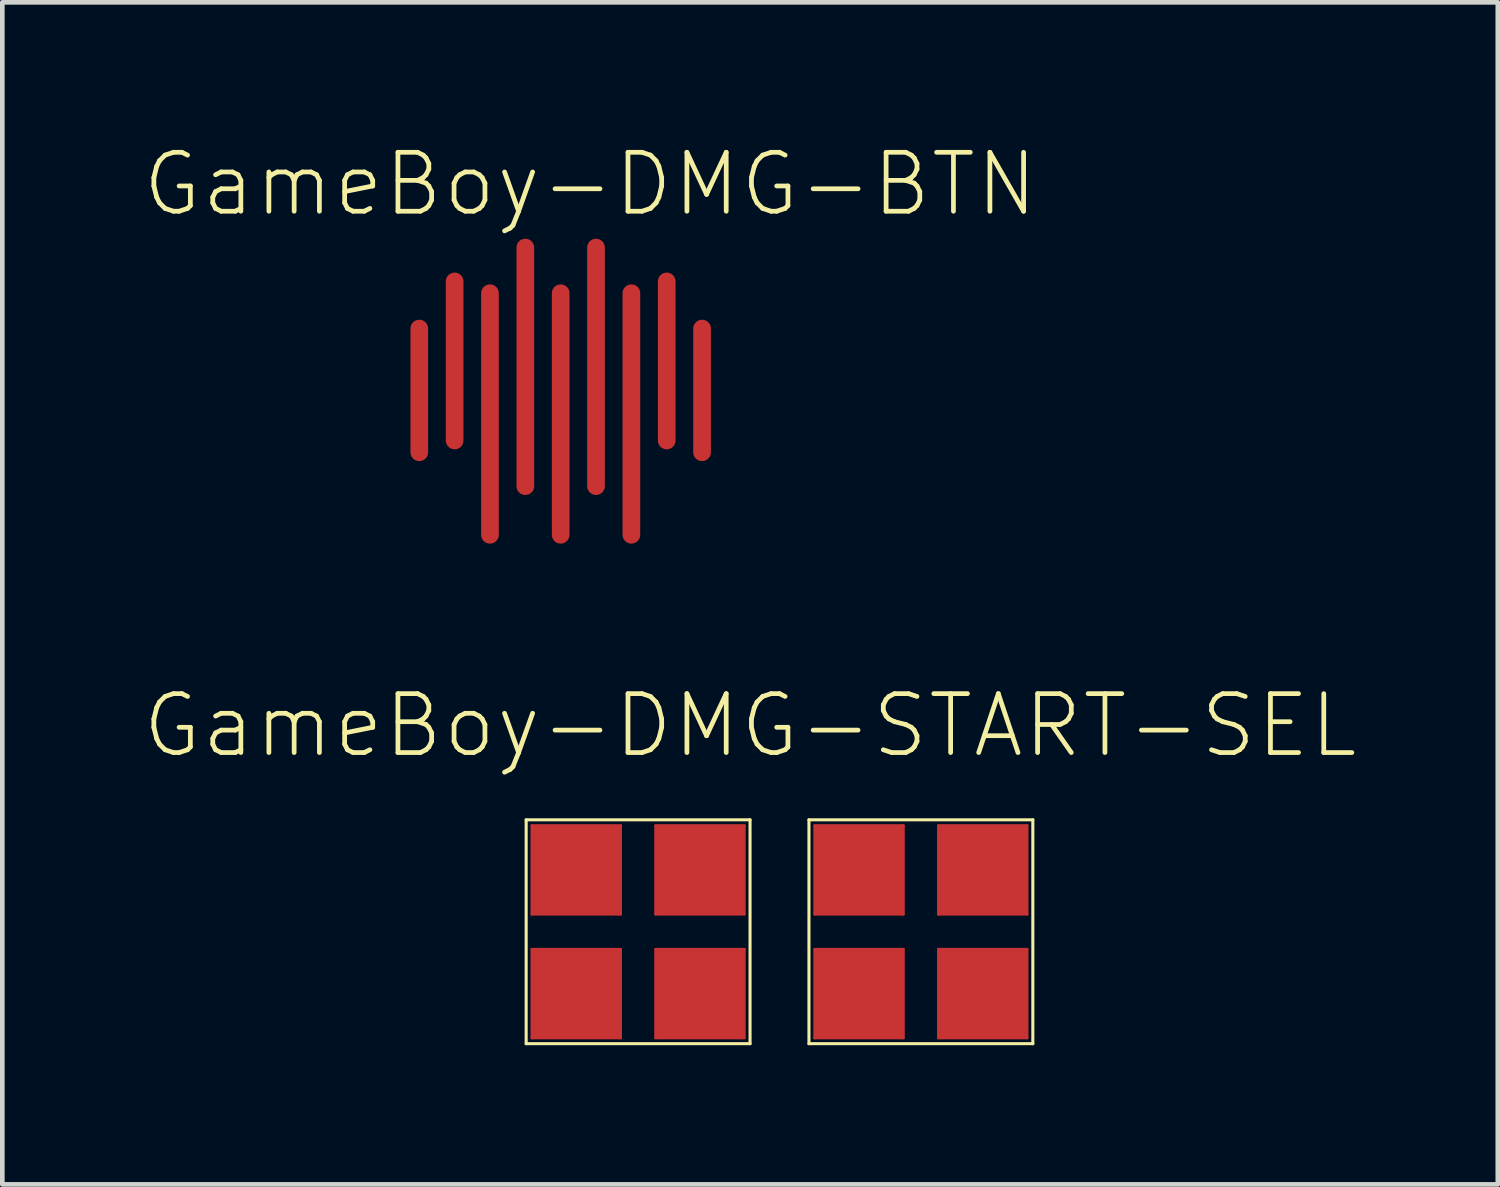
<source format=kicad_pcb>
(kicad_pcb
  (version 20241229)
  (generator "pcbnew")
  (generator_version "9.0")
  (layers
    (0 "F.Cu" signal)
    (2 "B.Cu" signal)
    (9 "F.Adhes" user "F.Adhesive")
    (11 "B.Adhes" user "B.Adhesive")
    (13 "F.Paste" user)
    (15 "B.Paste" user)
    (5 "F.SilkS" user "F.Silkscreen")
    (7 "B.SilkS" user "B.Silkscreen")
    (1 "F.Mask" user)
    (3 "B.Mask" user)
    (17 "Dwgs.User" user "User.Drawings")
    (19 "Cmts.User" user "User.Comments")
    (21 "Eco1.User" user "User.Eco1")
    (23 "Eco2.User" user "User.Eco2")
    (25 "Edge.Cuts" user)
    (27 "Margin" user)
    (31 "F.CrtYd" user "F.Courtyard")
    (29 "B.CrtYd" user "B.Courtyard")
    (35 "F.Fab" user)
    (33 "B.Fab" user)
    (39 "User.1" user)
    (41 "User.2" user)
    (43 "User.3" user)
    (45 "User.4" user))
  (footprint "GameBoy-DMG-BTN"
    (layer "F.Cu")
    (at 9.036 5.366)
    (property "Reference" "GameBoy-DMG-BTN" (at 0.635 -4.445 0) (layer "F.SilkS") (effects (font (size 1.27 1.27) (thickness 0.102))))
    (attr smd)
    (pad "1" connect oval (at -3.048 1.27) (size 0.381 3.048) (drill (offset 0 -1.27)) (layers "F.Cu" "F.Mask"))
    (pad "1" connect oval (at -1.524 3.048) (size 0.381 5.588) (drill (offset 0 -2.54)) (layers "F.Cu" "F.Mask"))
    (pad "1" connect oval (at 0 3.048) (size 0.381 5.588) (drill (offset 0 -2.54)) (layers "F.Cu" "F.Mask"))
    (pad "1" connect oval (at 1.524 3.048) (size 0.381 5.588) (drill (offset 0 -2.54)) (layers "F.Cu" "F.Mask"))
    (pad "1" connect oval (at 3.048 1.27) (size 0.381 3.048) (drill (offset 0 -1.27)) (layers "F.Cu" "F.Mask"))
    (pad "2" connect oval (at -2.286 -2.286) (size 0.381 3.81) (drill (offset 0 1.651)) (layers "F.Cu" "F.Mask"))
    (pad "2" connect oval (at -0.762 -3.048) (size 0.381 5.524) (drill (offset 0 2.54)) (layers "F.Cu" "F.Mask"))
    (pad "2" connect oval (at 0.762 -3.048) (size 0.381 5.524) (drill (offset 0 2.54)) (layers "F.Cu" "F.Mask"))
    (pad "2" connect oval (at 2.286 -2.286) (size 0.381 3.81) (drill (offset 0 1.651)) (layers "F.Cu" "F.Mask")))
  (footprint "GameBoy-DMG-START-SEL"
    (layer "F.Cu")
    (at 13.753 17.035)
    (property "Reference" "GameBoy-DMG-START-SEL" (at -0.635 -4.445 0) (layer "F.SilkS") (effects (font (size 1.27 1.27) (thickness 0.102))))
    (attr smd)
    (fp_line (start -5.334 -2.286) (end -3.429 -2.286) (stroke (width 0.066) (type solid)) (layer "F.Cu"))
    (fp_line (start -5.334 -0.381) (end -5.334 -2.286) (stroke (width 0.066) (type solid)) (layer "F.Cu"))
    (fp_line (start -5.334 -0.381) (end -3.429 -0.381) (stroke (width 0.066) (type solid)) (layer "F.Cu"))
    (fp_line (start -5.334 0.381) (end -3.429 0.381) (stroke (width 0.066) (type solid)) (layer "F.Cu"))
    (fp_line (start -5.334 2.286) (end -5.334 0.381) (stroke (width 0.066) (type solid)) (layer "F.Cu"))
    (fp_line (start -5.334 2.286) (end -3.429 2.286) (stroke (width 0.066) (type solid)) (layer "F.Cu"))
    (fp_line (start -3.429 -0.381) (end -3.429 -2.286) (stroke (width 0.066) (type solid)) (layer "F.Cu"))
    (fp_line (start -3.429 2.286) (end -3.429 0.381) (stroke (width 0.066) (type solid)) (layer "F.Cu"))
    (fp_line (start -2.667 -2.286) (end -0.762 -2.286) (stroke (width 0.066) (type solid)) (layer "F.Cu"))
    (fp_line (start -2.667 -0.381) (end -2.667 -2.286) (stroke (width 0.066) (type solid)) (layer "F.Cu"))
    (fp_line (start -2.667 -0.381) (end -0.762 -0.381) (stroke (width 0.066) (type solid)) (layer "F.Cu"))
    (fp_line (start -2.667 0.381) (end -0.762 0.381) (stroke (width 0.066) (type solid)) (layer "F.Cu"))
    (fp_line (start -2.667 2.286) (end -2.667 0.381) (stroke (width 0.066) (type solid)) (layer "F.Cu"))
    (fp_line (start -2.667 2.286) (end -0.762 2.286) (stroke (width 0.066) (type solid)) (layer "F.Cu"))
    (fp_line (start -0.762 -0.381) (end -0.762 -2.286) (stroke (width 0.066) (type solid)) (layer "F.Cu"))
    (fp_line (start -0.762 2.286) (end -0.762 0.381) (stroke (width 0.066) (type solid)) (layer "F.Cu"))
    (fp_line (start 0.762 -2.286) (end 2.667 -2.286) (stroke (width 0.066) (type solid)) (layer "F.Cu"))
    (fp_line (start 0.762 -0.381) (end 0.762 -2.286) (stroke (width 0.066) (type solid)) (layer "F.Cu"))
    (fp_line (start 0.762 -0.381) (end 2.667 -0.381) (stroke (width 0.066) (type solid)) (layer "F.Cu"))
    (fp_line (start 0.762 0.381) (end 2.667 0.381) (stroke (width 0.066) (type solid)) (layer "F.Cu"))
    (fp_line (start 0.762 2.286) (end 0.762 0.381) (stroke (width 0.066) (type solid)) (layer "F.Cu"))
    (fp_line (start 0.762 2.286) (end 2.667 2.286) (stroke (width 0.066) (type solid)) (layer "F.Cu"))
    (fp_line (start 2.667 -0.381) (end 2.667 -2.286) (stroke (width 0.066) (type solid)) (layer "F.Cu"))
    (fp_line (start 2.667 2.286) (end 2.667 0.381) (stroke (width 0.066) (type solid)) (layer "F.Cu"))
    (fp_line (start 3.429 -2.286) (end 5.334 -2.286) (stroke (width 0.066) (type solid)) (layer "F.Cu"))
    (fp_line (start 3.429 -0.381) (end 3.429 -2.286) (stroke (width 0.066) (type solid)) (layer "F.Cu"))
    (fp_line (start 3.429 -0.381) (end 5.334 -0.381) (stroke (width 0.066) (type solid)) (layer "F.Cu"))
    (fp_line (start 3.429 0.381) (end 5.334 0.381) (stroke (width 0.066) (type solid)) (layer "F.Cu"))
    (fp_line (start 3.429 2.286) (end 3.429 0.381) (stroke (width 0.066) (type solid)) (layer "F.Cu"))
    (fp_line (start 3.429 2.286) (end 5.334 2.286) (stroke (width 0.066) (type solid)) (layer "F.Cu"))
    (fp_line (start 5.334 -0.381) (end 5.334 -2.286) (stroke (width 0.066) (type solid)) (layer "F.Cu"))
    (fp_line (start 5.334 2.286) (end 5.334 0.381) (stroke (width 0.066) (type solid)) (layer "F.Cu"))
    (fp_line (start -5.461 -2.413) (end -0.635 -2.413) (stroke (width 0.066) (type solid)) (layer "F.SilkS"))
    (fp_line (start -5.461 2.413) (end -5.461 -2.413) (stroke (width 0.066) (type solid)) (layer "F.SilkS"))
    (fp_line (start -5.461 2.413) (end -0.635 2.413) (stroke (width 0.066) (type solid)) (layer "F.SilkS"))
    (fp_line (start -0.635 2.413) (end -0.635 -2.413) (stroke (width 0.066) (type solid)) (layer "F.SilkS"))
    (fp_line (start 0.635 -2.413) (end 5.461 -2.413) (stroke (width 0.066) (type solid)) (layer "F.SilkS"))
    (fp_line (start 0.635 2.413) (end 0.635 -2.413) (stroke (width 0.066) (type solid)) (layer "F.SilkS"))
    (fp_line (start 0.635 2.413) (end 5.461 2.413) (stroke (width 0.066) (type solid)) (layer "F.SilkS"))
    (fp_line (start 5.461 2.413) (end 5.461 -2.413) (stroke (width 0.066) (type solid)) (layer "F.SilkS"))
    (pad "1" connect rect (at -4.381 -1.333) (size 1.905 1.905) (layers "F.Cu" "F.Mask"))
    (pad "1" connect rect (at -1.714 1.333) (size 1.905 1.905) (layers "F.Cu" "F.Mask"))
    (pad "1" connect rect (at 1.714 -1.333) (size 1.905 1.905) (layers "F.Cu" "F.Mask"))
    (pad "1" connect rect (at 4.381 1.333) (size 1.905 1.905) (layers "F.Cu" "F.Mask"))
    (pad "2" connect rect (at -4.381 1.333) (size 1.905 1.905) (layers "F.Cu" "F.Mask"))
    (pad "2" connect rect (at -1.717 -1.333) (size 1.905 1.905) (layers "F.Cu" "F.Mask"))
    (pad "2" connect rect (at 1.714 1.333) (size 1.905 1.905) (layers "F.Cu" "F.Mask"))
    (pad "2" connect rect (at 4.379 -1.333) (size 1.905 1.905) (layers "F.Cu" "F.Mask")))
  (gr_rect
    (start -3 -3)
    (end 29.237 22.481)
    (stroke (width 0.1) (type default))
    (fill no)
    (layer "Edge.Cuts")))
</source>
